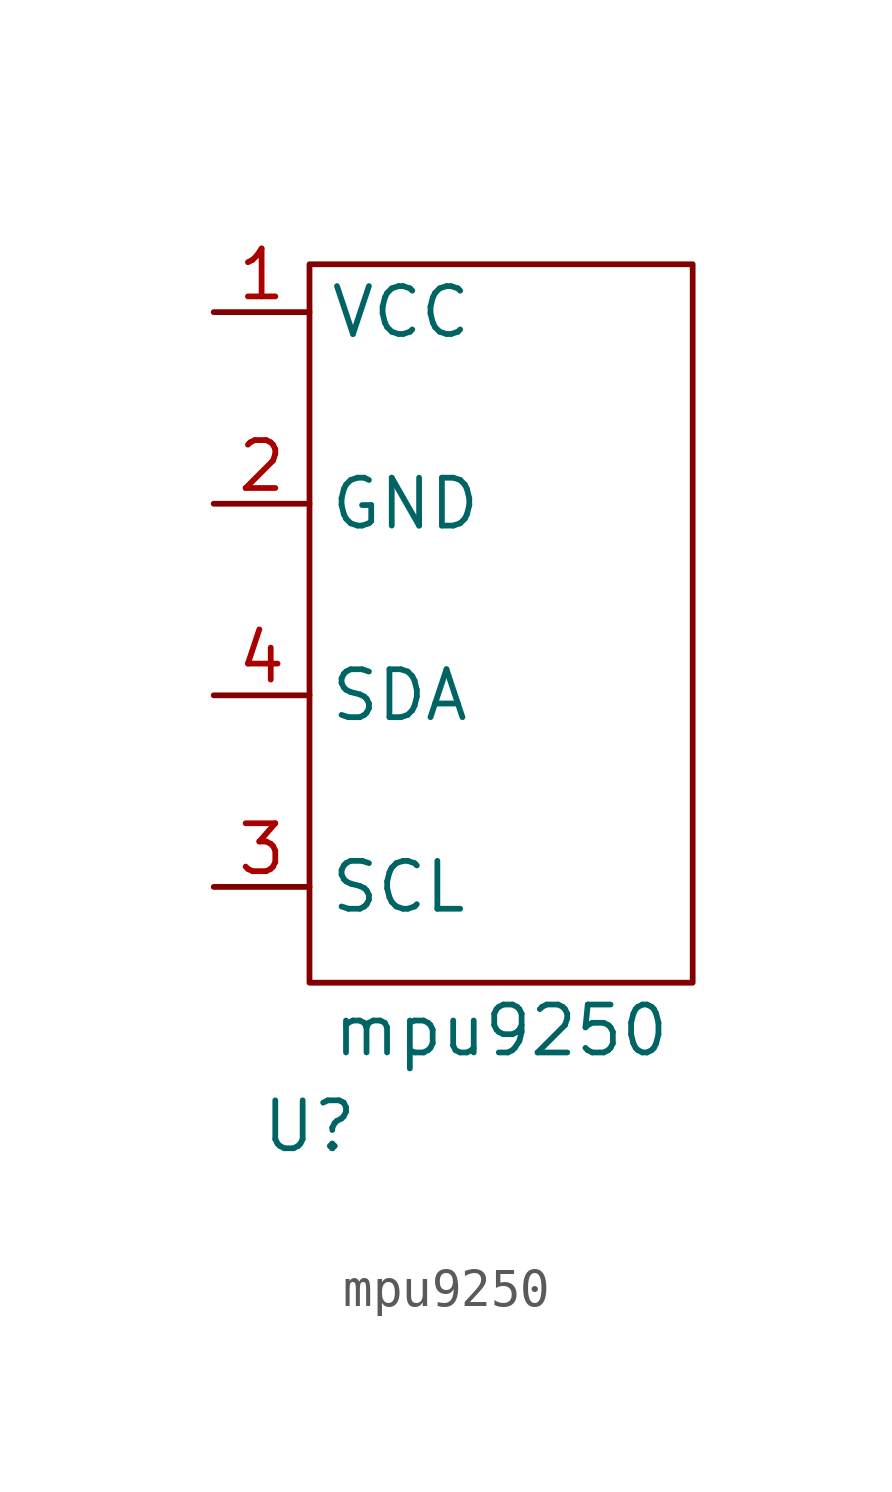
<source format=kicad_sym>
(kicad_symbol_lib
  (version 20211014)
  (generator kicad_symbol_editor)
  (symbol "mpu9250"
    (property "Reference" "U"
      (at 0 0 0)
      (effects (font (size 1.27 1.27))))
    (property "Value" "mpu9250"
      (at 5.08 2.54 0)
      (effects (font (size 1.27 1.27))))
    (symbol "mpu9250_0_1"
      (rectangle (start 0 22.86) (end 10.16 3.81) (stroke (width 0) (type default) (color 0 0 0 0)) (fill (type none))))
    (symbol "mpu9250_1_1"
      (pin input line (at -2.54 21.59 0) (length 2.54) (name "VCC" (effects (font (size 1.27 1.27)))) (number "1" (effects (font (size 1.27 1.27)))))
      (pin input line (at -2.54 16.51 0) (length 2.54) (name "GND" (effects (font (size 1.27 1.27)))) (number "2" (effects (font (size 1.27 1.27)))))
      (pin input line (at -2.54 6.35 0) (length 2.54) (name "SCL" (effects (font (size 1.27 1.27)))) (number "3" (effects (font (size 1.27 1.27)))))
      (pin input line (at -2.54 11.43 0) (length 2.54) (name "SDA" (effects (font (size 1.27 1.27)))) (number "4" (effects (font (size 1.27 1.27))))))))
</source>
